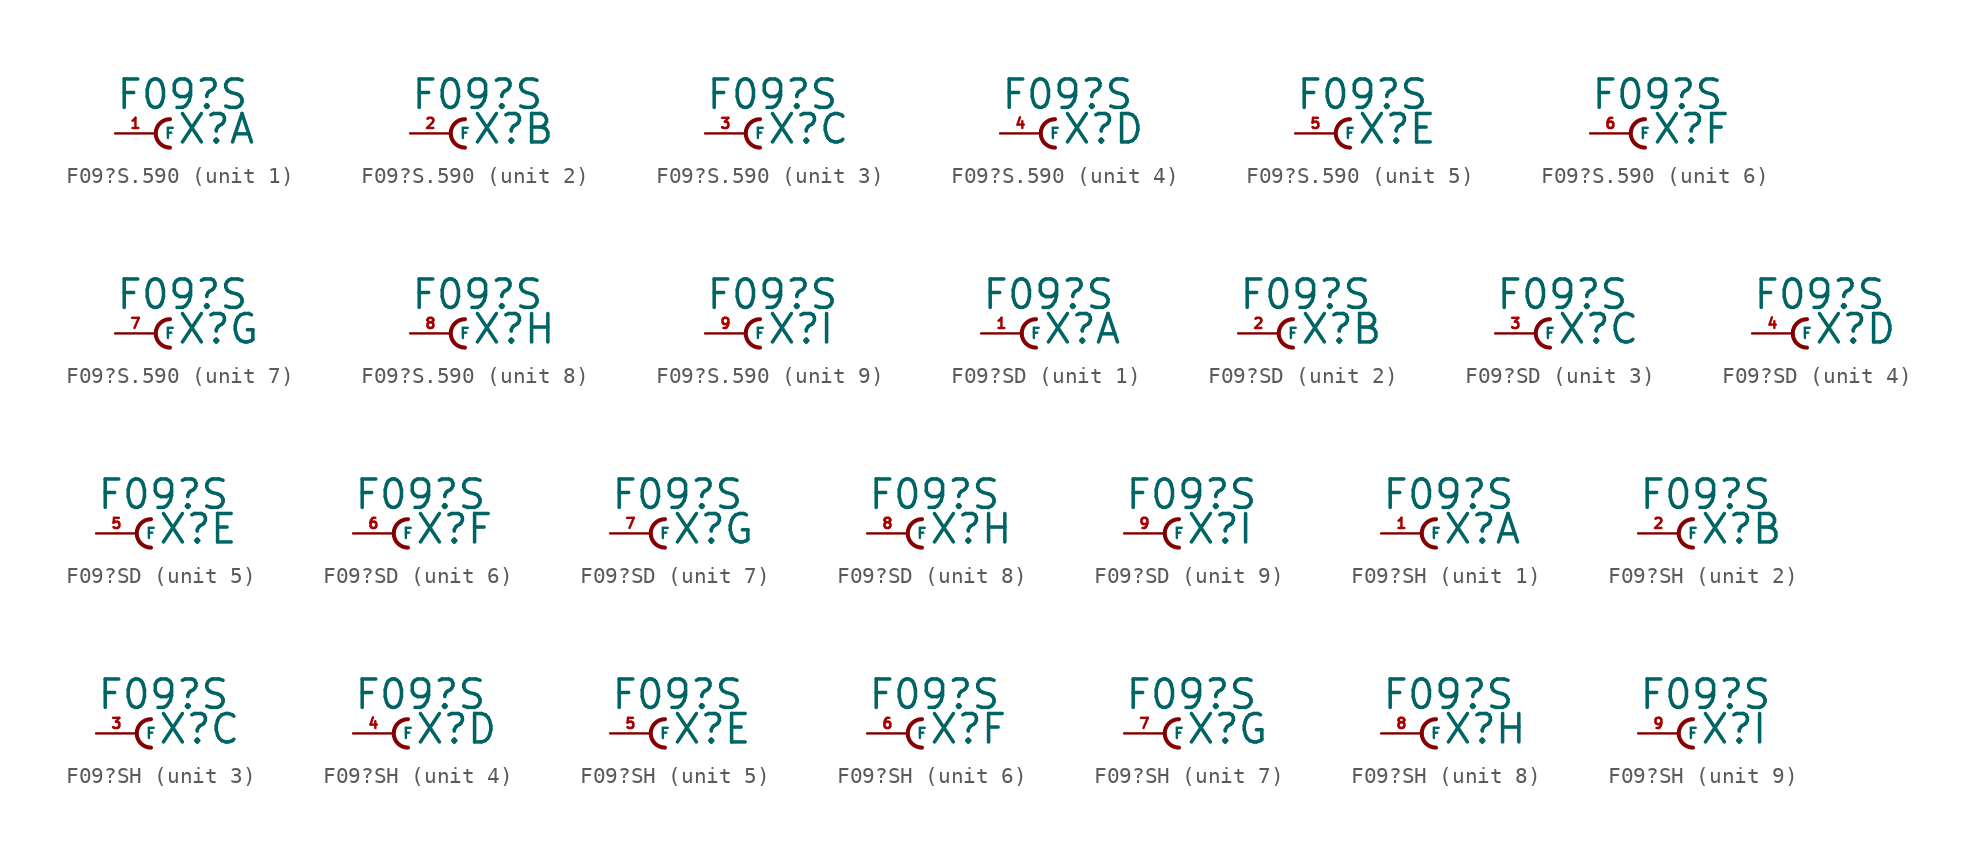
<source format=kicad_sym>
(kicad_symbol_lib
  (version 20220914)
  (generator Eagle2Kicad)
  (symbol "F09?S.590"
    (property "Reference" "X"
      (at 1.27 -0.762 0)
      (effects (font (size 1.778 1.778) (thickness 0.22)) (justify left bottom)))
    (property "Value" "F09?S"
      (at -2.54 1.397 0)
      (effects (font (size 1.778 1.778) (thickness 0.22)) (justify left bottom)))
    (symbol "F09?S.590_1_0"
      (arc (start 0.889 0.889) (mid 0.000 0.000) (end 0.889 -0.889) (stroke (width 0.254) (type default)) (fill (type none)))
      (pin passive line (at -2.54 0 0) (length 2.54) (name "F" (effects (font (size 0.635 0.635) (thickness 0.08)) (justify left bottom))) (number "1" (effects (font (size 0.635 0.635) (thickness 0.08)) (justify left bottom)))))
    (symbol "F09?S.590_2_0"
      (arc (start 0.889 0.889) (mid 0.000 0.000) (end 0.889 -0.889) (stroke (width 0.254) (type default)) (fill (type none)))
      (pin passive line (at -2.54 0 0) (length 2.54) (name "F" (effects (font (size 0.635 0.635) (thickness 0.08)) (justify left bottom))) (number "2" (effects (font (size 0.635 0.635) (thickness 0.08)) (justify left bottom)))))
    (symbol "F09?S.590_3_0"
      (arc (start 0.889 0.889) (mid 0.000 0.000) (end 0.889 -0.889) (stroke (width 0.254) (type default)) (fill (type none)))
      (pin passive line (at -2.54 0 0) (length 2.54) (name "F" (effects (font (size 0.635 0.635) (thickness 0.08)) (justify left bottom))) (number "3" (effects (font (size 0.635 0.635) (thickness 0.08)) (justify left bottom)))))
    (symbol "F09?S.590_4_0"
      (arc (start 0.889 0.889) (mid 0.000 0.000) (end 0.889 -0.889) (stroke (width 0.254) (type default)) (fill (type none)))
      (pin passive line (at -2.54 0 0) (length 2.54) (name "F" (effects (font (size 0.635 0.635) (thickness 0.08)) (justify left bottom))) (number "4" (effects (font (size 0.635 0.635) (thickness 0.08)) (justify left bottom)))))
    (symbol "F09?S.590_5_0"
      (arc (start 0.889 0.889) (mid 0.000 0.000) (end 0.889 -0.889) (stroke (width 0.254) (type default)) (fill (type none)))
      (pin passive line (at -2.54 0 0) (length 2.54) (name "F" (effects (font (size 0.635 0.635) (thickness 0.08)) (justify left bottom))) (number "5" (effects (font (size 0.635 0.635) (thickness 0.08)) (justify left bottom)))))
    (symbol "F09?S.590_6_0"
      (arc (start 0.889 0.889) (mid 0.000 0.000) (end 0.889 -0.889) (stroke (width 0.254) (type default)) (fill (type none)))
      (pin passive line (at -2.54 0 0) (length 2.54) (name "F" (effects (font (size 0.635 0.635) (thickness 0.08)) (justify left bottom))) (number "6" (effects (font (size 0.635 0.635) (thickness 0.08)) (justify left bottom)))))
    (symbol "F09?S.590_7_0"
      (arc (start 0.889 0.889) (mid 0.000 0.000) (end 0.889 -0.889) (stroke (width 0.254) (type default)) (fill (type none)))
      (pin passive line (at -2.54 0 0) (length 2.54) (name "F" (effects (font (size 0.635 0.635) (thickness 0.08)) (justify left bottom))) (number "7" (effects (font (size 0.635 0.635) (thickness 0.08)) (justify left bottom)))))
    (symbol "F09?S.590_8_0"
      (arc (start 0.889 0.889) (mid 0.000 0.000) (end 0.889 -0.889) (stroke (width 0.254) (type default)) (fill (type none)))
      (pin passive line (at -2.54 0 0) (length 2.54) (name "F" (effects (font (size 0.635 0.635) (thickness 0.08)) (justify left bottom))) (number "8" (effects (font (size 0.635 0.635) (thickness 0.08)) (justify left bottom)))))
    (symbol "F09?S.590_9_0"
      (arc (start 0.889 0.889) (mid 0.000 0.000) (end 0.889 -0.889) (stroke (width 0.254) (type default)) (fill (type none)))
      (pin passive line (at -2.54 0 0) (length 2.54) (name "F" (effects (font (size 0.635 0.635) (thickness 0.08)) (justify left bottom))) (number "9" (effects (font (size 0.635 0.635) (thickness 0.08)) (justify left bottom))))))
  (symbol "F09?SD"
    (property "Reference" "X"
      (at 1.27 -0.762 0)
      (effects (font (size 1.778 1.778) (thickness 0.22)) (justify left bottom)))
    (property "Value" "F09?S"
      (at -2.54 1.397 0)
      (effects (font (size 1.778 1.778) (thickness 0.22)) (justify left bottom)))
    (symbol "F09?SD_1_0"
      (arc (start 0.889 0.889) (mid 0.000 0.000) (end 0.889 -0.889) (stroke (width 0.254) (type default)) (fill (type none)))
      (pin passive line (at -2.54 0 0) (length 2.54) (name "F" (effects (font (size 0.635 0.635) (thickness 0.08)) (justify left bottom))) (number "1" (effects (font (size 0.635 0.635) (thickness 0.08)) (justify left bottom)))))
    (symbol "F09?SD_2_0"
      (arc (start 0.889 0.889) (mid 0.000 0.000) (end 0.889 -0.889) (stroke (width 0.254) (type default)) (fill (type none)))
      (pin passive line (at -2.54 0 0) (length 2.54) (name "F" (effects (font (size 0.635 0.635) (thickness 0.08)) (justify left bottom))) (number "2" (effects (font (size 0.635 0.635) (thickness 0.08)) (justify left bottom)))))
    (symbol "F09?SD_3_0"
      (arc (start 0.889 0.889) (mid 0.000 0.000) (end 0.889 -0.889) (stroke (width 0.254) (type default)) (fill (type none)))
      (pin passive line (at -2.54 0 0) (length 2.54) (name "F" (effects (font (size 0.635 0.635) (thickness 0.08)) (justify left bottom))) (number "3" (effects (font (size 0.635 0.635) (thickness 0.08)) (justify left bottom)))))
    (symbol "F09?SD_4_0"
      (arc (start 0.889 0.889) (mid 0.000 0.000) (end 0.889 -0.889) (stroke (width 0.254) (type default)) (fill (type none)))
      (pin passive line (at -2.54 0 0) (length 2.54) (name "F" (effects (font (size 0.635 0.635) (thickness 0.08)) (justify left bottom))) (number "4" (effects (font (size 0.635 0.635) (thickness 0.08)) (justify left bottom)))))
    (symbol "F09?SD_5_0"
      (arc (start 0.889 0.889) (mid 0.000 0.000) (end 0.889 -0.889) (stroke (width 0.254) (type default)) (fill (type none)))
      (pin passive line (at -2.54 0 0) (length 2.54) (name "F" (effects (font (size 0.635 0.635) (thickness 0.08)) (justify left bottom))) (number "5" (effects (font (size 0.635 0.635) (thickness 0.08)) (justify left bottom)))))
    (symbol "F09?SD_6_0"
      (arc (start 0.889 0.889) (mid 0.000 0.000) (end 0.889 -0.889) (stroke (width 0.254) (type default)) (fill (type none)))
      (pin passive line (at -2.54 0 0) (length 2.54) (name "F" (effects (font (size 0.635 0.635) (thickness 0.08)) (justify left bottom))) (number "6" (effects (font (size 0.635 0.635) (thickness 0.08)) (justify left bottom)))))
    (symbol "F09?SD_7_0"
      (arc (start 0.889 0.889) (mid 0.000 0.000) (end 0.889 -0.889) (stroke (width 0.254) (type default)) (fill (type none)))
      (pin passive line (at -2.54 0 0) (length 2.54) (name "F" (effects (font (size 0.635 0.635) (thickness 0.08)) (justify left bottom))) (number "7" (effects (font (size 0.635 0.635) (thickness 0.08)) (justify left bottom)))))
    (symbol "F09?SD_8_0"
      (arc (start 0.889 0.889) (mid 0.000 0.000) (end 0.889 -0.889) (stroke (width 0.254) (type default)) (fill (type none)))
      (pin passive line (at -2.54 0 0) (length 2.54) (name "F" (effects (font (size 0.635 0.635) (thickness 0.08)) (justify left bottom))) (number "8" (effects (font (size 0.635 0.635) (thickness 0.08)) (justify left bottom)))))
    (symbol "F09?SD_9_0"
      (arc (start 0.889 0.889) (mid 0.000 0.000) (end 0.889 -0.889) (stroke (width 0.254) (type default)) (fill (type none)))
      (pin passive line (at -2.54 0 0) (length 2.54) (name "F" (effects (font (size 0.635 0.635) (thickness 0.08)) (justify left bottom))) (number "9" (effects (font (size 0.635 0.635) (thickness 0.08)) (justify left bottom))))))
  (symbol "F09?SH"
    (property "Reference" "X"
      (at 1.27 -0.762 0)
      (effects (font (size 1.778 1.778) (thickness 0.22)) (justify left bottom)))
    (property "Value" "F09?S"
      (at -2.54 1.397 0)
      (effects (font (size 1.778 1.778) (thickness 0.22)) (justify left bottom)))
    (symbol "F09?SH_1_0"
      (arc (start 0.889 0.889) (mid 0.000 0.000) (end 0.889 -0.889) (stroke (width 0.254) (type default)) (fill (type none)))
      (pin passive line (at -2.54 0 0) (length 2.54) (name "F" (effects (font (size 0.635 0.635) (thickness 0.08)) (justify left bottom))) (number "1" (effects (font (size 0.635 0.635) (thickness 0.08)) (justify left bottom)))))
    (symbol "F09?SH_2_0"
      (arc (start 0.889 0.889) (mid 0.000 0.000) (end 0.889 -0.889) (stroke (width 0.254) (type default)) (fill (type none)))
      (pin passive line (at -2.54 0 0) (length 2.54) (name "F" (effects (font (size 0.635 0.635) (thickness 0.08)) (justify left bottom))) (number "2" (effects (font (size 0.635 0.635) (thickness 0.08)) (justify left bottom)))))
    (symbol "F09?SH_3_0"
      (arc (start 0.889 0.889) (mid 0.000 0.000) (end 0.889 -0.889) (stroke (width 0.254) (type default)) (fill (type none)))
      (pin passive line (at -2.54 0 0) (length 2.54) (name "F" (effects (font (size 0.635 0.635) (thickness 0.08)) (justify left bottom))) (number "3" (effects (font (size 0.635 0.635) (thickness 0.08)) (justify left bottom)))))
    (symbol "F09?SH_4_0"
      (arc (start 0.889 0.889) (mid 0.000 0.000) (end 0.889 -0.889) (stroke (width 0.254) (type default)) (fill (type none)))
      (pin passive line (at -2.54 0 0) (length 2.54) (name "F" (effects (font (size 0.635 0.635) (thickness 0.08)) (justify left bottom))) (number "4" (effects (font (size 0.635 0.635) (thickness 0.08)) (justify left bottom)))))
    (symbol "F09?SH_5_0"
      (arc (start 0.889 0.889) (mid 0.000 0.000) (end 0.889 -0.889) (stroke (width 0.254) (type default)) (fill (type none)))
      (pin passive line (at -2.54 0 0) (length 2.54) (name "F" (effects (font (size 0.635 0.635) (thickness 0.08)) (justify left bottom))) (number "5" (effects (font (size 0.635 0.635) (thickness 0.08)) (justify left bottom)))))
    (symbol "F09?SH_6_0"
      (arc (start 0.889 0.889) (mid 0.000 0.000) (end 0.889 -0.889) (stroke (width 0.254) (type default)) (fill (type none)))
      (pin passive line (at -2.54 0 0) (length 2.54) (name "F" (effects (font (size 0.635 0.635) (thickness 0.08)) (justify left bottom))) (number "6" (effects (font (size 0.635 0.635) (thickness 0.08)) (justify left bottom)))))
    (symbol "F09?SH_7_0"
      (arc (start 0.889 0.889) (mid 0.000 0.000) (end 0.889 -0.889) (stroke (width 0.254) (type default)) (fill (type none)))
      (pin passive line (at -2.54 0 0) (length 2.54) (name "F" (effects (font (size 0.635 0.635) (thickness 0.08)) (justify left bottom))) (number "7" (effects (font (size 0.635 0.635) (thickness 0.08)) (justify left bottom)))))
    (symbol "F09?SH_8_0"
      (arc (start 0.889 0.889) (mid 0.000 0.000) (end 0.889 -0.889) (stroke (width 0.254) (type default)) (fill (type none)))
      (pin passive line (at -2.54 0 0) (length 2.54) (name "F" (effects (font (size 0.635 0.635) (thickness 0.08)) (justify left bottom))) (number "8" (effects (font (size 0.635 0.635) (thickness 0.08)) (justify left bottom)))))
    (symbol "F09?SH_9_0"
      (arc (start 0.889 0.889) (mid 0.000 0.000) (end 0.889 -0.889) (stroke (width 0.254) (type default)) (fill (type none)))
      (pin passive line (at -2.54 0 0) (length 2.54) (name "F" (effects (font (size 0.635 0.635) (thickness 0.08)) (justify left bottom))) (number "9" (effects (font (size 0.635 0.635) (thickness 0.08)) (justify left bottom)))))))
</source>
